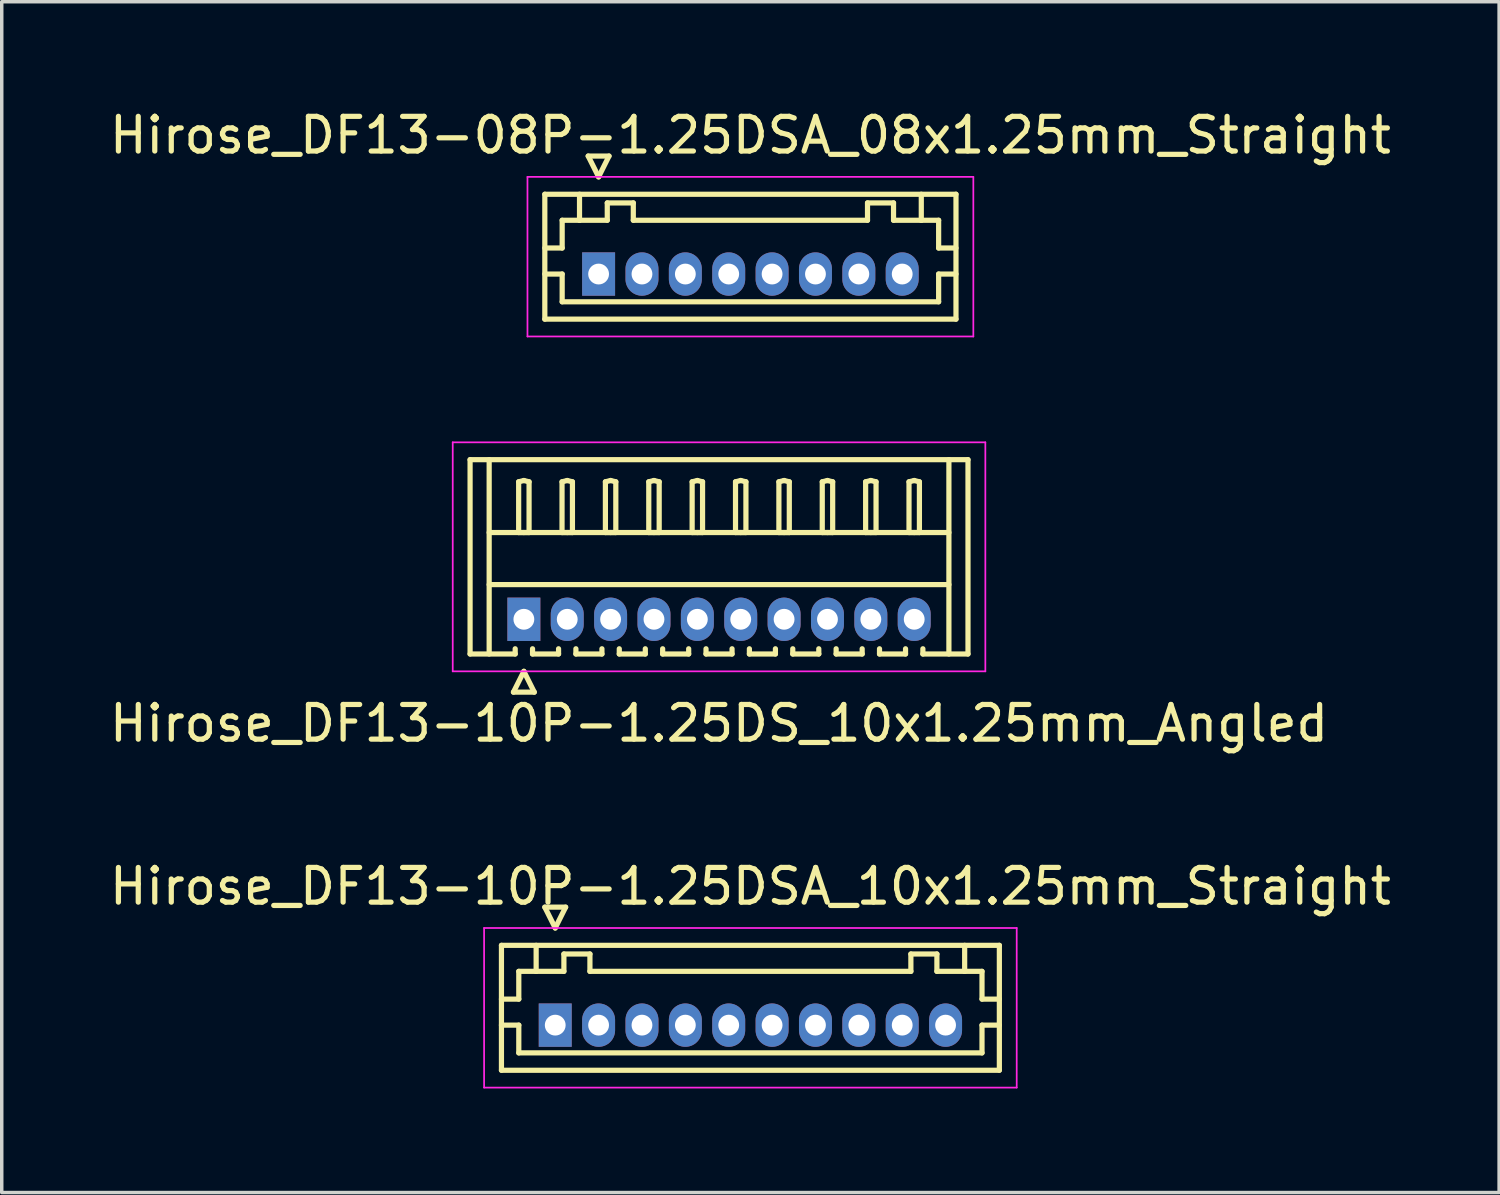
<source format=kicad_pcb>
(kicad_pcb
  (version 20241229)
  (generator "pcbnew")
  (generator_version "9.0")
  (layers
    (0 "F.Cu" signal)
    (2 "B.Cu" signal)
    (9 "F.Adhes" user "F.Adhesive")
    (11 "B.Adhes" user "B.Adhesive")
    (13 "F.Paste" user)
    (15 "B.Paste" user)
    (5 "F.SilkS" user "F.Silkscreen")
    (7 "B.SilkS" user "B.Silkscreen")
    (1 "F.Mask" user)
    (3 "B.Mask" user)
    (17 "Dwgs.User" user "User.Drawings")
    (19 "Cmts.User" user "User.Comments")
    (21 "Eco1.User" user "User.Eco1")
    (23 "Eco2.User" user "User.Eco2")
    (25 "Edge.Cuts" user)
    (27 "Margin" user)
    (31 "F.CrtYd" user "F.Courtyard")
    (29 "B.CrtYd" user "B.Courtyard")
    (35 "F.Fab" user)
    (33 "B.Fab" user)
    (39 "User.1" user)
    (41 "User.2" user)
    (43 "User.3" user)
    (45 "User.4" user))
  (footprint "Hirose_DF13-10P-1.25DS_10x1.25mm_Angled"
    (layer "F.Cu")
    (at 12.048 14.798)
    (property "Reference" "Hirose_DF13-10P-1.25DS_10x1.25mm_Angled" (at 5.625 3 0) (layer "F.SilkS") (effects (font (size 1 1) (thickness 0.15))))
    (attr through_hole)
    (fp_line (start -1.55 -4.6) (end 12.8 -4.6) (stroke (width 0.15) (type solid)) (layer "F.SilkS"))
    (fp_line (start -1.55 1) (end -1.55 -4.6) (stroke (width 0.15) (type solid)) (layer "F.SilkS"))
    (fp_line (start -1 -4.6) (end -1 1) (stroke (width 0.15) (type solid)) (layer "F.SilkS"))
    (fp_line (start -1 -2.5) (end 12.25 -2.5) (stroke (width 0.15) (type solid)) (layer "F.SilkS"))
    (fp_line (start -1 -1) (end 12.25 -1) (stroke (width 0.15) (type solid)) (layer "F.SilkS"))
    (fp_line (start -0.3 2.1) (end 0.3 2.1) (stroke (width 0.15) (type solid)) (layer "F.SilkS"))
    (fp_line (start -0.25 0.85) (end -0.25 1) (stroke (width 0.15) (type solid)) (layer "F.SilkS"))
    (fp_line (start -0.25 1) (end -1.55 1) (stroke (width 0.15) (type solid)) (layer "F.SilkS"))
    (fp_line (start -0.15 -3.962) (end 0 -4) (stroke (width 0.15) (type solid)) (layer "F.SilkS"))
    (fp_line (start -0.15 -2.5) (end -0.15 -3.962) (stroke (width 0.15) (type solid)) (layer "F.SilkS"))
    (fp_line (start 0 -4) (end 0.15 -3.962) (stroke (width 0.15) (type solid)) (layer "F.SilkS"))
    (fp_line (start 0 -2.5) (end -0.15 -2.5) (stroke (width 0.15) (type solid)) (layer "F.SilkS"))
    (fp_line (start 0 1.5) (end -0.3 2.1) (stroke (width 0.15) (type solid)) (layer "F.SilkS"))
    (fp_line (start 0.15 -3.962) (end 0.15 -2.5) (stroke (width 0.15) (type solid)) (layer "F.SilkS"))
    (fp_line (start 0.15 -2.5) (end 0 -2.5) (stroke (width 0.15) (type solid)) (layer "F.SilkS"))
    (fp_line (start 0.25 0.85) (end 0.25 1) (stroke (width 0.15) (type solid)) (layer "F.SilkS"))
    (fp_line (start 0.25 1) (end 1 1) (stroke (width 0.15) (type solid)) (layer "F.SilkS"))
    (fp_line (start 0.3 2.1) (end 0 1.5) (stroke (width 0.15) (type solid)) (layer "F.SilkS"))
    (fp_line (start 1 1) (end 1 0.85) (stroke (width 0.15) (type solid)) (layer "F.SilkS"))
    (fp_line (start 1.1 -3.962) (end 1.25 -4) (stroke (width 0.15) (type solid)) (layer "F.SilkS"))
    (fp_line (start 1.1 -2.5) (end 1.1 -3.962) (stroke (width 0.15) (type solid)) (layer "F.SilkS"))
    (fp_line (start 1.25 -4) (end 1.4 -3.962) (stroke (width 0.15) (type solid)) (layer "F.SilkS"))
    (fp_line (start 1.25 -2.5) (end 1.1 -2.5) (stroke (width 0.15) (type solid)) (layer "F.SilkS"))
    (fp_line (start 1.4 -3.962) (end 1.4 -2.5) (stroke (width 0.15) (type solid)) (layer "F.SilkS"))
    (fp_line (start 1.4 -2.5) (end 1.25 -2.5) (stroke (width 0.15) (type solid)) (layer "F.SilkS"))
    (fp_line (start 1.5 0.85) (end 1.5 1) (stroke (width 0.15) (type solid)) (layer "F.SilkS"))
    (fp_line (start 1.5 1) (end 2.25 1) (stroke (width 0.15) (type solid)) (layer "F.SilkS"))
    (fp_line (start 2.25 1) (end 2.25 0.85) (stroke (width 0.15) (type solid)) (layer "F.SilkS"))
    (fp_line (start 2.35 -3.962) (end 2.5 -4) (stroke (width 0.15) (type solid)) (layer "F.SilkS"))
    (fp_line (start 2.35 -2.5) (end 2.35 -3.962) (stroke (width 0.15) (type solid)) (layer "F.SilkS"))
    (fp_line (start 2.5 -4) (end 2.65 -3.962) (stroke (width 0.15) (type solid)) (layer "F.SilkS"))
    (fp_line (start 2.5 -2.5) (end 2.35 -2.5) (stroke (width 0.15) (type solid)) (layer "F.SilkS"))
    (fp_line (start 2.65 -3.962) (end 2.65 -2.5) (stroke (width 0.15) (type solid)) (layer "F.SilkS"))
    (fp_line (start 2.65 -2.5) (end 2.5 -2.5) (stroke (width 0.15) (type solid)) (layer "F.SilkS"))
    (fp_line (start 2.75 0.85) (end 2.75 1) (stroke (width 0.15) (type solid)) (layer "F.SilkS"))
    (fp_line (start 2.75 1) (end 3.5 1) (stroke (width 0.15) (type solid)) (layer "F.SilkS"))
    (fp_line (start 3.5 1) (end 3.5 0.85) (stroke (width 0.15) (type solid)) (layer "F.SilkS"))
    (fp_line (start 3.6 -3.962) (end 3.75 -4) (stroke (width 0.15) (type solid)) (layer "F.SilkS"))
    (fp_line (start 3.6 -2.5) (end 3.6 -3.962) (stroke (width 0.15) (type solid)) (layer "F.SilkS"))
    (fp_line (start 3.75 -4) (end 3.9 -3.962) (stroke (width 0.15) (type solid)) (layer "F.SilkS"))
    (fp_line (start 3.75 -2.5) (end 3.6 -2.5) (stroke (width 0.15) (type solid)) (layer "F.SilkS"))
    (fp_line (start 3.9 -3.962) (end 3.9 -2.5) (stroke (width 0.15) (type solid)) (layer "F.SilkS"))
    (fp_line (start 3.9 -2.5) (end 3.75 -2.5) (stroke (width 0.15) (type solid)) (layer "F.SilkS"))
    (fp_line (start 4 0.85) (end 4 1) (stroke (width 0.15) (type solid)) (layer "F.SilkS"))
    (fp_line (start 4 1) (end 4.75 1) (stroke (width 0.15) (type solid)) (layer "F.SilkS"))
    (fp_line (start 4.75 1) (end 4.75 0.85) (stroke (width 0.15) (type solid)) (layer "F.SilkS"))
    (fp_line (start 4.85 -3.962) (end 5 -4) (stroke (width 0.15) (type solid)) (layer "F.SilkS"))
    (fp_line (start 4.85 -2.5) (end 4.85 -3.962) (stroke (width 0.15) (type solid)) (layer "F.SilkS"))
    (fp_line (start 5 -4) (end 5.15 -3.962) (stroke (width 0.15) (type solid)) (layer "F.SilkS"))
    (fp_line (start 5 -2.5) (end 4.85 -2.5) (stroke (width 0.15) (type solid)) (layer "F.SilkS"))
    (fp_line (start 5.15 -3.962) (end 5.15 -2.5) (stroke (width 0.15) (type solid)) (layer "F.SilkS"))
    (fp_line (start 5.15 -2.5) (end 5 -2.5) (stroke (width 0.15) (type solid)) (layer "F.SilkS"))
    (fp_line (start 5.25 0.85) (end 5.25 1) (stroke (width 0.15) (type solid)) (layer "F.SilkS"))
    (fp_line (start 5.25 1) (end 6 1) (stroke (width 0.15) (type solid)) (layer "F.SilkS"))
    (fp_line (start 6 1) (end 6 0.85) (stroke (width 0.15) (type solid)) (layer "F.SilkS"))
    (fp_line (start 6.1 -3.962) (end 6.25 -4) (stroke (width 0.15) (type solid)) (layer "F.SilkS"))
    (fp_line (start 6.1 -2.5) (end 6.1 -3.962) (stroke (width 0.15) (type solid)) (layer "F.SilkS"))
    (fp_line (start 6.25 -4) (end 6.4 -3.962) (stroke (width 0.15) (type solid)) (layer "F.SilkS"))
    (fp_line (start 6.25 -2.5) (end 6.1 -2.5) (stroke (width 0.15) (type solid)) (layer "F.SilkS"))
    (fp_line (start 6.4 -3.962) (end 6.4 -2.5) (stroke (width 0.15) (type solid)) (layer "F.SilkS"))
    (fp_line (start 6.4 -2.5) (end 6.25 -2.5) (stroke (width 0.15) (type solid)) (layer "F.SilkS"))
    (fp_line (start 6.5 0.85) (end 6.5 1) (stroke (width 0.15) (type solid)) (layer "F.SilkS"))
    (fp_line (start 6.5 1) (end 7.25 1) (stroke (width 0.15) (type solid)) (layer "F.SilkS"))
    (fp_line (start 7.25 1) (end 7.25 0.85) (stroke (width 0.15) (type solid)) (layer "F.SilkS"))
    (fp_line (start 7.35 -3.962) (end 7.5 -4) (stroke (width 0.15) (type solid)) (layer "F.SilkS"))
    (fp_line (start 7.35 -2.5) (end 7.35 -3.962) (stroke (width 0.15) (type solid)) (layer "F.SilkS"))
    (fp_line (start 7.5 -4) (end 7.65 -3.962) (stroke (width 0.15) (type solid)) (layer "F.SilkS"))
    (fp_line (start 7.5 -2.5) (end 7.35 -2.5) (stroke (width 0.15) (type solid)) (layer "F.SilkS"))
    (fp_line (start 7.65 -3.962) (end 7.65 -2.5) (stroke (width 0.15) (type solid)) (layer "F.SilkS"))
    (fp_line (start 7.65 -2.5) (end 7.5 -2.5) (stroke (width 0.15) (type solid)) (layer "F.SilkS"))
    (fp_line (start 7.75 0.85) (end 7.75 1) (stroke (width 0.15) (type solid)) (layer "F.SilkS"))
    (fp_line (start 7.75 1) (end 8.5 1) (stroke (width 0.15) (type solid)) (layer "F.SilkS"))
    (fp_line (start 8.5 1) (end 8.5 0.85) (stroke (width 0.15) (type solid)) (layer "F.SilkS"))
    (fp_line (start 8.6 -3.962) (end 8.75 -4) (stroke (width 0.15) (type solid)) (layer "F.SilkS"))
    (fp_line (start 8.6 -2.5) (end 8.6 -3.962) (stroke (width 0.15) (type solid)) (layer "F.SilkS"))
    (fp_line (start 8.75 -4) (end 8.9 -3.962) (stroke (width 0.15) (type solid)) (layer "F.SilkS"))
    (fp_line (start 8.75 -2.5) (end 8.6 -2.5) (stroke (width 0.15) (type solid)) (layer "F.SilkS"))
    (fp_line (start 8.9 -3.962) (end 8.9 -2.5) (stroke (width 0.15) (type solid)) (layer "F.SilkS"))
    (fp_line (start 8.9 -2.5) (end 8.75 -2.5) (stroke (width 0.15) (type solid)) (layer "F.SilkS"))
    (fp_line (start 9 0.85) (end 9 1) (stroke (width 0.15) (type solid)) (layer "F.SilkS"))
    (fp_line (start 9 1) (end 9.75 1) (stroke (width 0.15) (type solid)) (layer "F.SilkS"))
    (fp_line (start 9.75 1) (end 9.75 0.85) (stroke (width 0.15) (type solid)) (layer "F.SilkS"))
    (fp_line (start 9.85 -3.962) (end 10 -4) (stroke (width 0.15) (type solid)) (layer "F.SilkS"))
    (fp_line (start 9.85 -2.5) (end 9.85 -3.962) (stroke (width 0.15) (type solid)) (layer "F.SilkS"))
    (fp_line (start 10 -4) (end 10.15 -3.962) (stroke (width 0.15) (type solid)) (layer "F.SilkS"))
    (fp_line (start 10 -2.5) (end 9.85 -2.5) (stroke (width 0.15) (type solid)) (layer "F.SilkS"))
    (fp_line (start 10.15 -3.962) (end 10.15 -2.5) (stroke (width 0.15) (type solid)) (layer "F.SilkS"))
    (fp_line (start 10.15 -2.5) (end 10 -2.5) (stroke (width 0.15) (type solid)) (layer "F.SilkS"))
    (fp_line (start 10.25 0.85) (end 10.25 1) (stroke (width 0.15) (type solid)) (layer "F.SilkS"))
    (fp_line (start 10.25 1) (end 11 1) (stroke (width 0.15) (type solid)) (layer "F.SilkS"))
    (fp_line (start 11 1) (end 11 0.85) (stroke (width 0.15) (type solid)) (layer "F.SilkS"))
    (fp_line (start 11.1 -3.962) (end 11.25 -4) (stroke (width 0.15) (type solid)) (layer "F.SilkS"))
    (fp_line (start 11.1 -2.5) (end 11.1 -3.962) (stroke (width 0.15) (type solid)) (layer "F.SilkS"))
    (fp_line (start 11.25 -4) (end 11.4 -3.962) (stroke (width 0.15) (type solid)) (layer "F.SilkS"))
    (fp_line (start 11.25 -2.5) (end 11.1 -2.5) (stroke (width 0.15) (type solid)) (layer "F.SilkS"))
    (fp_line (start 11.4 -3.962) (end 11.4 -2.5) (stroke (width 0.15) (type solid)) (layer "F.SilkS"))
    (fp_line (start 11.4 -2.5) (end 11.25 -2.5) (stroke (width 0.15) (type solid)) (layer "F.SilkS"))
    (fp_line (start 11.5 1) (end 11.5 0.85) (stroke (width 0.15) (type solid)) (layer "F.SilkS"))
    (fp_line (start 12.25 -4.6) (end 12.25 1) (stroke (width 0.15) (type solid)) (layer "F.SilkS"))
    (fp_line (start 12.8 -4.6) (end 12.8 1) (stroke (width 0.15) (type solid)) (layer "F.SilkS"))
    (fp_line (start 12.8 1) (end 11.5 1) (stroke (width 0.15) (type solid)) (layer "F.SilkS"))
    (fp_line (start -2.05 -5.1) (end -2.05 1.5) (stroke (width 0.05) (type solid)) (layer "F.CrtYd"))
    (fp_line (start -2.05 1.5) (end 13.3 1.5) (stroke (width 0.05) (type solid)) (layer "F.CrtYd"))
    (fp_line (start 13.3 -5.1) (end -2.05 -5.1) (stroke (width 0.05) (type solid)) (layer "F.CrtYd"))
    (fp_line (start 13.3 1.5) (end 13.3 -5.1) (stroke (width 0.05) (type solid)) (layer "F.CrtYd"))
    (pad "1" thru_hole rect (at 0 0) (size 0.95 1.25) (drill 0.6) (layers "*.Cu" "*.Mask"))
    (pad "2" thru_hole oval (at 1.25 0) (size 0.95 1.25) (drill 0.6) (layers "*.Cu" "*.Mask"))
    (pad "3" thru_hole oval (at 2.5 0) (size 0.95 1.25) (drill 0.6) (layers "*.Cu" "*.Mask"))
    (pad "4" thru_hole oval (at 3.75 0) (size 0.95 1.25) (drill 0.6) (layers "*.Cu" "*.Mask"))
    (pad "5" thru_hole oval (at 5 0) (size 0.95 1.25) (drill 0.6) (layers "*.Cu" "*.Mask"))
    (pad "6" thru_hole oval (at 6.25 0) (size 0.95 1.25) (drill 0.6) (layers "*.Cu" "*.Mask"))
    (pad "7" thru_hole oval (at 7.5 0) (size 0.95 1.25) (drill 0.6) (layers "*.Cu" "*.Mask"))
    (pad "8" thru_hole oval (at 8.75 0) (size 0.95 1.25) (drill 0.6) (layers "*.Cu" "*.Mask"))
    (pad "9" thru_hole oval (at 10 0) (size 0.95 1.25) (drill 0.6) (layers "*.Cu" "*.Mask"))
    (pad "10" thru_hole oval (at 11.25 0) (size 0.95 1.25) (drill 0.6) (layers "*.Cu" "*.Mask")))
  (footprint "Hirose_DF13-10P-1.25DSA_10x1.25mm_Straight"
    (layer "F.Cu")
    (at 12.952 26.495)
    (property "Reference" "Hirose_DF13-10P-1.25DSA_10x1.25mm_Straight" (at 5.625 -4 0) (layer "F.SilkS") (effects (font (size 1 1) (thickness 0.15))))
    (attr through_hole)
    (fp_line (start -1.55 -2.3) (end -1.55 1.3) (stroke (width 0.15) (type solid)) (layer "F.SilkS"))
    (fp_line (start -1.55 -0.75) (end -1.05 -0.75) (stroke (width 0.15) (type solid)) (layer "F.SilkS"))
    (fp_line (start -1.55 0) (end -1.05 0) (stroke (width 0.15) (type solid)) (layer "F.SilkS"))
    (fp_line (start -1.55 1.3) (end 12.8 1.3) (stroke (width 0.15) (type solid)) (layer "F.SilkS"))
    (fp_line (start -1.05 -1.55) (end -0.55 -1.55) (stroke (width 0.15) (type solid)) (layer "F.SilkS"))
    (fp_line (start -1.05 -0.75) (end -1.05 -1.55) (stroke (width 0.15) (type solid)) (layer "F.SilkS"))
    (fp_line (start -1.05 0) (end -1.05 0.8) (stroke (width 0.15) (type solid)) (layer "F.SilkS"))
    (fp_line (start -1.05 0.8) (end 12.3 0.8) (stroke (width 0.15) (type solid)) (layer "F.SilkS"))
    (fp_line (start -0.55 -1.55) (end -0.55 -2.3) (stroke (width 0.15) (type solid)) (layer "F.SilkS"))
    (fp_line (start -0.55 -1.55) (end 0.25 -1.55) (stroke (width 0.15) (type solid)) (layer "F.SilkS"))
    (fp_line (start -0.3 -3.4) (end 0.3 -3.4) (stroke (width 0.15) (type solid)) (layer "F.SilkS"))
    (fp_line (start 0 -2.8) (end -0.3 -3.4) (stroke (width 0.15) (type solid)) (layer "F.SilkS"))
    (fp_line (start 0.25 -2.05) (end 1 -2.05) (stroke (width 0.15) (type solid)) (layer "F.SilkS"))
    (fp_line (start 0.25 -1.55) (end 0.25 -2.05) (stroke (width 0.15) (type solid)) (layer "F.SilkS"))
    (fp_line (start 0.3 -3.4) (end 0 -2.8) (stroke (width 0.15) (type solid)) (layer "F.SilkS"))
    (fp_line (start 1 -2.05) (end 1 -1.55) (stroke (width 0.15) (type solid)) (layer "F.SilkS"))
    (fp_line (start 1 -1.55) (end 10.25 -1.55) (stroke (width 0.15) (type solid)) (layer "F.SilkS"))
    (fp_line (start 10.25 -2.05) (end 11 -2.05) (stroke (width 0.15) (type solid)) (layer "F.SilkS"))
    (fp_line (start 10.25 -1.55) (end 10.25 -2.05) (stroke (width 0.15) (type solid)) (layer "F.SilkS"))
    (fp_line (start 11 -2.05) (end 11 -1.55) (stroke (width 0.15) (type solid)) (layer "F.SilkS"))
    (fp_line (start 11 -1.55) (end 11.8 -1.55) (stroke (width 0.15) (type solid)) (layer "F.SilkS"))
    (fp_line (start 11.8 -1.55) (end 11.8 -2.3) (stroke (width 0.15) (type solid)) (layer "F.SilkS"))
    (fp_line (start 12.3 -1.55) (end 11.8 -1.55) (stroke (width 0.15) (type solid)) (layer "F.SilkS"))
    (fp_line (start 12.3 -0.75) (end 12.3 -1.55) (stroke (width 0.15) (type solid)) (layer "F.SilkS"))
    (fp_line (start 12.3 0) (end 12.8 0) (stroke (width 0.15) (type solid)) (layer "F.SilkS"))
    (fp_line (start 12.3 0.8) (end 12.3 0) (stroke (width 0.15) (type solid)) (layer "F.SilkS"))
    (fp_line (start 12.8 -2.3) (end -1.55 -2.3) (stroke (width 0.15) (type solid)) (layer "F.SilkS"))
    (fp_line (start 12.8 -0.75) (end 12.3 -0.75) (stroke (width 0.15) (type solid)) (layer "F.SilkS"))
    (fp_line (start 12.8 1.3) (end 12.8 -2.3) (stroke (width 0.15) (type solid)) (layer "F.SilkS"))
    (fp_line (start -2.05 -2.8) (end -2.05 1.8) (stroke (width 0.05) (type solid)) (layer "F.CrtYd"))
    (fp_line (start -2.05 1.8) (end 13.3 1.8) (stroke (width 0.05) (type solid)) (layer "F.CrtYd"))
    (fp_line (start 13.3 -2.8) (end -2.05 -2.8) (stroke (width 0.05) (type solid)) (layer "F.CrtYd"))
    (fp_line (start 13.3 1.8) (end 13.3 -2.8) (stroke (width 0.05) (type solid)) (layer "F.CrtYd"))
    (pad "1" thru_hole rect (at 0 0) (size 0.95 1.25) (drill 0.6) (layers "*.Cu" "*.Mask"))
    (pad "2" thru_hole oval (at 1.25 0) (size 0.95 1.25) (drill 0.6) (layers "*.Cu" "*.Mask"))
    (pad "3" thru_hole oval (at 2.5 0) (size 0.95 1.25) (drill 0.6) (layers "*.Cu" "*.Mask"))
    (pad "4" thru_hole oval (at 3.75 0) (size 0.95 1.25) (drill 0.6) (layers "*.Cu" "*.Mask"))
    (pad "5" thru_hole oval (at 5 0) (size 0.95 1.25) (drill 0.6) (layers "*.Cu" "*.Mask"))
    (pad "6" thru_hole oval (at 6.25 0) (size 0.95 1.25) (drill 0.6) (layers "*.Cu" "*.Mask"))
    (pad "7" thru_hole oval (at 7.5 0) (size 0.95 1.25) (drill 0.6) (layers "*.Cu" "*.Mask"))
    (pad "8" thru_hole oval (at 8.75 0) (size 0.95 1.25) (drill 0.6) (layers "*.Cu" "*.Mask"))
    (pad "9" thru_hole oval (at 10 0) (size 0.95 1.25) (drill 0.6) (layers "*.Cu" "*.Mask"))
    (pad "10" thru_hole oval (at 11.25 0) (size 0.95 1.25) (drill 0.6) (layers "*.Cu" "*.Mask")))
  (footprint "Hirose_DF13-08P-1.25DSA_08x1.25mm_Straight"
    (layer "F.Cu")
    (at 14.202 4.848)
    (property "Reference" "Hirose_DF13-08P-1.25DSA_08x1.25mm_Straight" (at 4.375 -4 0) (layer "F.SilkS") (effects (font (size 1 1) (thickness 0.15))))
    (attr through_hole)
    (fp_line (start -1.55 -2.3) (end -1.55 1.3) (stroke (width 0.15) (type solid)) (layer "F.SilkS"))
    (fp_line (start -1.55 -0.75) (end -1.05 -0.75) (stroke (width 0.15) (type solid)) (layer "F.SilkS"))
    (fp_line (start -1.55 0) (end -1.05 0) (stroke (width 0.15) (type solid)) (layer "F.SilkS"))
    (fp_line (start -1.55 1.3) (end 10.3 1.3) (stroke (width 0.15) (type solid)) (layer "F.SilkS"))
    (fp_line (start -1.05 -1.55) (end -0.55 -1.55) (stroke (width 0.15) (type solid)) (layer "F.SilkS"))
    (fp_line (start -1.05 -0.75) (end -1.05 -1.55) (stroke (width 0.15) (type solid)) (layer "F.SilkS"))
    (fp_line (start -1.05 0) (end -1.05 0.8) (stroke (width 0.15) (type solid)) (layer "F.SilkS"))
    (fp_line (start -1.05 0.8) (end 9.8 0.8) (stroke (width 0.15) (type solid)) (layer "F.SilkS"))
    (fp_line (start -0.55 -1.55) (end -0.55 -2.3) (stroke (width 0.15) (type solid)) (layer "F.SilkS"))
    (fp_line (start -0.55 -1.55) (end 0.25 -1.55) (stroke (width 0.15) (type solid)) (layer "F.SilkS"))
    (fp_line (start -0.3 -3.4) (end 0.3 -3.4) (stroke (width 0.15) (type solid)) (layer "F.SilkS"))
    (fp_line (start 0 -2.8) (end -0.3 -3.4) (stroke (width 0.15) (type solid)) (layer "F.SilkS"))
    (fp_line (start 0.25 -2.05) (end 1 -2.05) (stroke (width 0.15) (type solid)) (layer "F.SilkS"))
    (fp_line (start 0.25 -1.55) (end 0.25 -2.05) (stroke (width 0.15) (type solid)) (layer "F.SilkS"))
    (fp_line (start 0.3 -3.4) (end 0 -2.8) (stroke (width 0.15) (type solid)) (layer "F.SilkS"))
    (fp_line (start 1 -2.05) (end 1 -1.55) (stroke (width 0.15) (type solid)) (layer "F.SilkS"))
    (fp_line (start 1 -1.55) (end 7.75 -1.55) (stroke (width 0.15) (type solid)) (layer "F.SilkS"))
    (fp_line (start 7.75 -2.05) (end 8.5 -2.05) (stroke (width 0.15) (type solid)) (layer "F.SilkS"))
    (fp_line (start 7.75 -1.55) (end 7.75 -2.05) (stroke (width 0.15) (type solid)) (layer "F.SilkS"))
    (fp_line (start 8.5 -2.05) (end 8.5 -1.55) (stroke (width 0.15) (type solid)) (layer "F.SilkS"))
    (fp_line (start 8.5 -1.55) (end 9.3 -1.55) (stroke (width 0.15) (type solid)) (layer "F.SilkS"))
    (fp_line (start 9.3 -1.55) (end 9.3 -2.3) (stroke (width 0.15) (type solid)) (layer "F.SilkS"))
    (fp_line (start 9.8 -1.55) (end 9.3 -1.55) (stroke (width 0.15) (type solid)) (layer "F.SilkS"))
    (fp_line (start 9.8 -0.75) (end 9.8 -1.55) (stroke (width 0.15) (type solid)) (layer "F.SilkS"))
    (fp_line (start 9.8 0) (end 10.3 0) (stroke (width 0.15) (type solid)) (layer "F.SilkS"))
    (fp_line (start 9.8 0.8) (end 9.8 0) (stroke (width 0.15) (type solid)) (layer "F.SilkS"))
    (fp_line (start 10.3 -2.3) (end -1.55 -2.3) (stroke (width 0.15) (type solid)) (layer "F.SilkS"))
    (fp_line (start 10.3 -0.75) (end 9.8 -0.75) (stroke (width 0.15) (type solid)) (layer "F.SilkS"))
    (fp_line (start 10.3 1.3) (end 10.3 -2.3) (stroke (width 0.15) (type solid)) (layer "F.SilkS"))
    (fp_line (start -2.05 -2.8) (end -2.05 1.8) (stroke (width 0.05) (type solid)) (layer "F.CrtYd"))
    (fp_line (start -2.05 1.8) (end 10.8 1.8) (stroke (width 0.05) (type solid)) (layer "F.CrtYd"))
    (fp_line (start 10.8 -2.8) (end -2.05 -2.8) (stroke (width 0.05) (type solid)) (layer "F.CrtYd"))
    (fp_line (start 10.8 1.8) (end 10.8 -2.8) (stroke (width 0.05) (type solid)) (layer "F.CrtYd"))
    (pad "1" thru_hole rect (at 0 0) (size 0.95 1.25) (drill 0.6) (layers "*.Cu" "*.Mask"))
    (pad "2" thru_hole oval (at 1.25 0) (size 0.95 1.25) (drill 0.6) (layers "*.Cu" "*.Mask"))
    (pad "3" thru_hole oval (at 2.5 0) (size 0.95 1.25) (drill 0.6) (layers "*.Cu" "*.Mask"))
    (pad "4" thru_hole oval (at 3.75 0) (size 0.95 1.25) (drill 0.6) (layers "*.Cu" "*.Mask"))
    (pad "5" thru_hole oval (at 5 0) (size 0.95 1.25) (drill 0.6) (layers "*.Cu" "*.Mask"))
    (pad "6" thru_hole oval (at 6.25 0) (size 0.95 1.25) (drill 0.6) (layers "*.Cu" "*.Mask"))
    (pad "7" thru_hole oval (at 7.5 0) (size 0.95 1.25) (drill 0.6) (layers "*.Cu" "*.Mask"))
    (pad "8" thru_hole oval (at 8.75 0) (size 0.95 1.25) (drill 0.6) (layers "*.Cu" "*.Mask")))
  (gr_rect
    (start -3 -3)
    (end 40.155 31.32)
    (stroke (width 0.1) (type default))
    (fill no)
    (layer "Edge.Cuts")))
</source>
